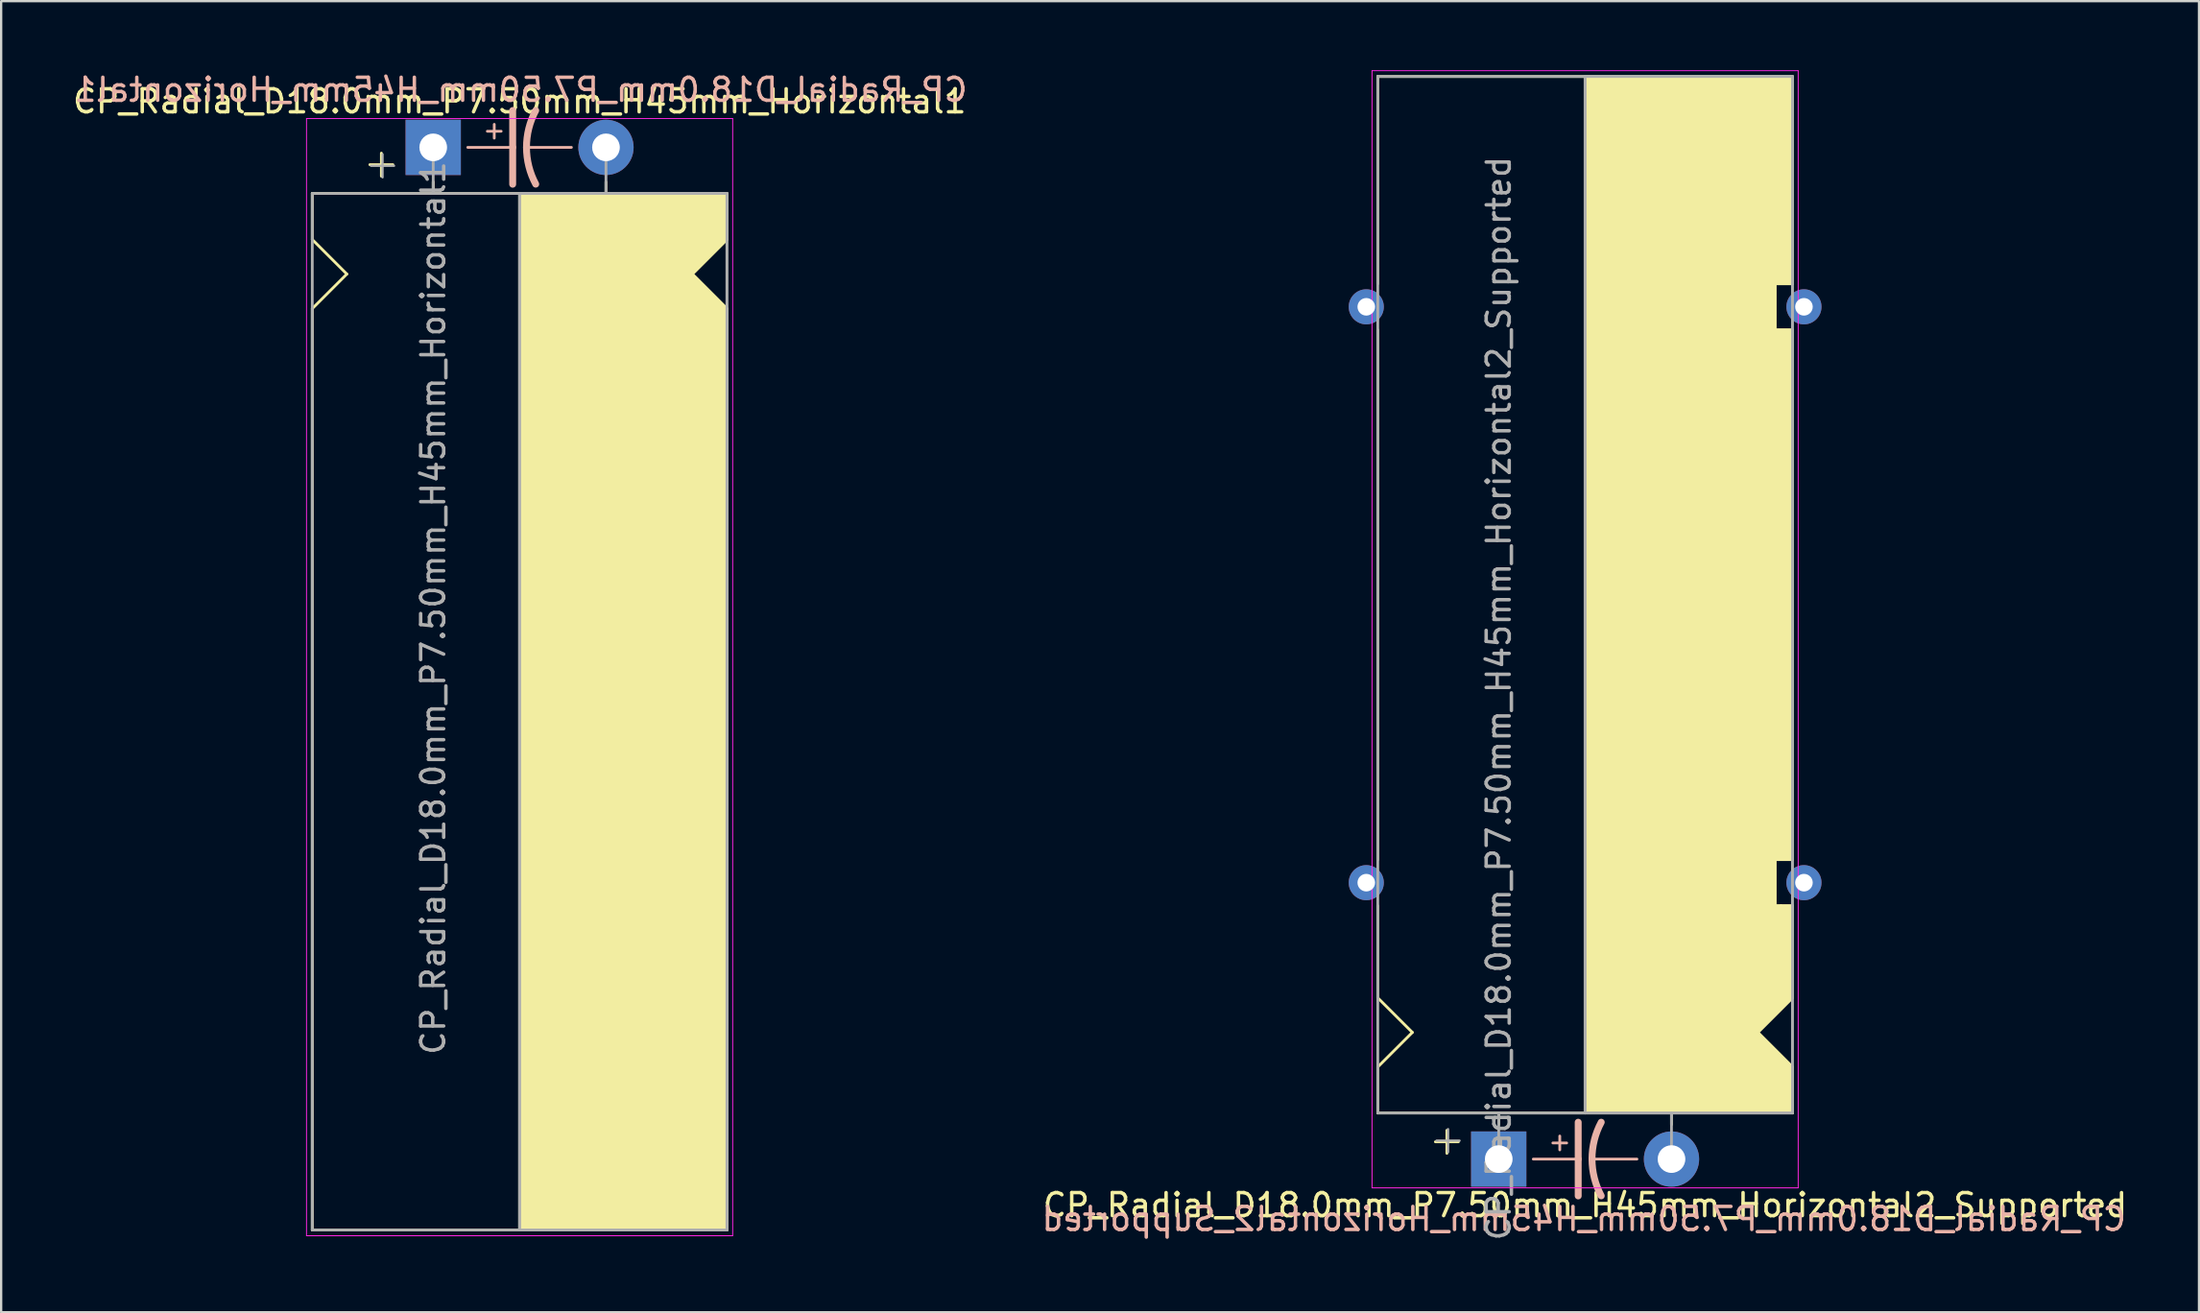
<source format=kicad_pcb>
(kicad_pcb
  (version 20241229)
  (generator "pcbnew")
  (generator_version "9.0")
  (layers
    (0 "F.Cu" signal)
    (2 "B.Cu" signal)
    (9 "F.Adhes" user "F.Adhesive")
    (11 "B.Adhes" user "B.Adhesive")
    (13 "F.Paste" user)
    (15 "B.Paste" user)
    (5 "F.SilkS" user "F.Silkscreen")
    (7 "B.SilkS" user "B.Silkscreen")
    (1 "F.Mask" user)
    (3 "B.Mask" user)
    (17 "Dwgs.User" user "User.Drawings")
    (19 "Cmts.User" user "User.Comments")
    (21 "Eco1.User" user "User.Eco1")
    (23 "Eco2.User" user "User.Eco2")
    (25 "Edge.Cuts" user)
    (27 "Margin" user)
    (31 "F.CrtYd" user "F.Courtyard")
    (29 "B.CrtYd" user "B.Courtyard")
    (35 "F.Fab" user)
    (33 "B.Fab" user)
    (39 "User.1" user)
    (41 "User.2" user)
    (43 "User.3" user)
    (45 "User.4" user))
  (footprint "CP_Radial_D18.0mm_P7.50mm_H45mm_Horizontal2_Supported"
    (layer "F.Cu")
    (at 62.011 47.27)
    (property "Reference" "CP_Radial_D18.0mm_P7.50mm_H45mm_Horizontal2_Supported" (at 3.75 2 0) (layer "F.SilkS") (effects (font (size 1 1) (thickness 0.15))))
    (fp_line (start -5.25 -47) (end 12.75 -47) (stroke (width 0.12) (type solid)) (layer "F.SilkS"))
    (fp_line (start -5.25 -38) (end -5.25 -47) (stroke (width 0.12) (type solid)) (layer "F.SilkS"))
    (fp_line (start -5.25 -13) (end -5.25 -36) (stroke (width 0.12) (type solid)) (layer "F.SilkS"))
    (fp_line (start -5.25 -11) (end -5.25 -7) (stroke (width 0.12) (type solid)) (layer "F.SilkS"))
    (fp_line (start -5.25 -7) (end -3.75 -5.5) (stroke (width 0.12) (type solid)) (layer "F.SilkS"))
    (fp_line (start -5.25 -4) (end -3.75 -5.5) (stroke (width 0.12) (type solid)) (layer "F.SilkS"))
    (fp_line (start -5.25 -2) (end -5.25 -4) (stroke (width 0.12) (type solid)) (layer "F.SilkS"))
    (fp_line (start -5.25 -2) (end 12.75 -2) (stroke (width 0.12) (type solid)) (layer "F.SilkS"))
    (fp_line (start -2.25 -1.25) (end -2.25 -0.25) (stroke (width 0.12) (type solid)) (layer "F.SilkS"))
    (fp_line (start -1.75 -0.75) (end -2.75 -0.75) (stroke (width 0.12) (type solid)) (layer "F.SilkS"))
    (fp_line (start 0 -1.5) (end 0 -2) (stroke (width 0.12) (type solid)) (layer "F.SilkS"))
    (fp_line (start 3.75 -2) (end 3.75 -47) (stroke (width 0.12) (type solid)) (layer "F.SilkS"))
    (fp_line (start 7.5 -1.5) (end 7.5 -2) (stroke (width 0.12) (type solid)) (layer "F.SilkS"))
    (fp_line (start 12 -38) (end 12.75 -38) (stroke (width 0.12) (type solid)) (layer "F.SilkS"))
    (fp_line (start 12 -36) (end 12 -38) (stroke (width 0.12) (type solid)) (layer "F.SilkS"))
    (fp_line (start 12 -13) (end 12.75 -13) (stroke (width 0.12) (type solid)) (layer "F.SilkS"))
    (fp_line (start 12 -11) (end 12 -13) (stroke (width 0.12) (type solid)) (layer "F.SilkS"))
    (fp_line (start 12.25 -11) (end 12 -11) (stroke (width 0.12) (type solid)) (layer "F.SilkS"))
    (fp_line (start 12.75 -38) (end 12.75 -47) (stroke (width 0.12) (type solid)) (layer "F.SilkS"))
    (fp_line (start 12.75 -36) (end 12 -36) (stroke (width 0.12) (type solid)) (layer "F.SilkS"))
    (fp_line (start 12.75 -13) (end 12.75 -36) (stroke (width 0.12) (type solid)) (layer "F.SilkS"))
    (fp_line (start 12.75 -11) (end 12.25 -11) (stroke (width 0.12) (type solid)) (layer "F.SilkS"))
    (fp_line (start 12.75 -11) (end 12.75 -7) (stroke (width 0.12) (type solid)) (layer "F.SilkS"))
    (fp_line (start 12.75 -7) (end 11.25 -5.5) (stroke (width 0.12) (type solid)) (layer "F.SilkS"))
    (fp_line (start 12.75 -4) (end 11.25 -5.5) (stroke (width 0.12) (type solid)) (layer "F.SilkS"))
    (fp_line (start 12.75 -2) (end 12.75 -4) (stroke (width 0.12) (type solid)) (layer "F.SilkS"))
    (fp_poly (pts (xy 12.75 -4) (xy 11.25 -5.5) (xy 12.75 -7) (xy 12.75 -11) (xy 12 -11) (xy 12 -13) (xy 12.75 -13) (xy 12.75 -36) (xy 12 -36) (xy 12 -38) (xy 12.75 -38) (xy 12.75 -47) (xy 3.75 -47) (xy 3.75 -2) (xy 12.75 -2)) (stroke (width 0.1) (type solid)) (fill yes) (layer "F.SilkS"))
    (fp_line (start 1.5 0) (end 3.45 0) (stroke (width 0.12) (type solid)) (layer "B.SilkS"))
    (fp_line (start 2.35 -0.7) (end 2.95 -0.7) (stroke (width 0.12) (type solid)) (layer "B.SilkS"))
    (fp_line (start 2.65 -0.4) (end 2.65 -1) (stroke (width 0.12) (type solid)) (layer "B.SilkS"))
    (fp_line (start 3.45 0) (end 3.45 -1.6) (stroke (width 0.3) (type solid)) (layer "B.SilkS"))
    (fp_line (start 3.45 0) (end 3.45 1.6) (stroke (width 0.3) (type solid)) (layer "B.SilkS"))
    (fp_line (start 6 0) (end 4.05 0) (stroke (width 0.12) (type solid)) (layer "B.SilkS"))
    (fp_arc (start 4.05 0) (mid 4.150512 -0.824872) (end 4.45 -1.6) (stroke (width 0.3) (type solid)) (layer "B.SilkS"))
    (fp_arc (start 4.45 1.596157) (mid 4.151652 0.822725) (end 4.05 0) (stroke (width 0.3) (type solid)) (layer "B.SilkS"))
    (fp_line (start -5.5 -47.25) (end 13 -47.25) (stroke (width 0.04) (type solid)) (layer "F.CrtYd"))
    (fp_line (start -5.5 1.25) (end -5.5 -47.25) (stroke (width 0.04) (type solid)) (layer "F.CrtYd"))
    (fp_line (start 13 -47.25) (end 13 1.25) (stroke (width 0.04) (type solid)) (layer "F.CrtYd"))
    (fp_line (start 13 1.25) (end -5.5 1.25) (stroke (width 0.04) (type solid)) (layer "F.CrtYd"))
    (fp_line (start -5.25 -47) (end 12.75 -47) (stroke (width 0.12) (type solid)) (layer "F.Fab"))
    (fp_line (start -5.25 -2) (end -5.25 -47) (stroke (width 0.12) (type solid)) (layer "F.Fab"))
    (fp_line (start -2.7 -0.8) (end -1.7 -0.8) (stroke (width 0.1) (type solid)) (layer "F.Fab"))
    (fp_line (start -2.2 -0.3) (end -2.2 -1.3) (stroke (width 0.1) (type solid)) (layer "F.Fab"))
    (fp_line (start 0 0) (end 0 -2) (stroke (width 0.12) (type solid)) (layer "F.Fab"))
    (fp_line (start 3.75 -2) (end 3.75 -47) (stroke (width 0.12) (type solid)) (layer "F.Fab"))
    (fp_line (start 7.5 0) (end 7.5 -2) (stroke (width 0.12) (type solid)) (layer "F.Fab"))
    (fp_line (start 12.75 -47) (end 12.75 -2) (stroke (width 0.12) (type solid)) (layer "F.Fab"))
    (fp_line (start 12.75 -2) (end -5.25 -2) (stroke (width 0.12) (type solid)) (layer "F.Fab"))
    (fp_poly (pts (xy 12.75 -47) (xy 3.75 -47) (xy 3.75 -2) (xy 12.75 -2)) (stroke (width 0.1) (type solid)) (fill no) (layer "F.Fab"))
    (fp_text user "${REFERENCE}" (at 3.7 2.6 0) (layer "B.SilkS") (effects (font (size 1 1) (thickness 0.15)) (justify mirror)))
    (fp_text user "${REFERENCE}" (at 0 -20 90) (layer "F.Fab") (effects (font (size 1 1) (thickness 0.15))))
    (pad "1" thru_hole rect (at 0 0) (size 2.4 2.4) (drill 1.2) (layers "*.Cu" "*.Mask"))
    (pad "2" thru_hole circle (at 7.5 0) (size 2.4 2.4) (drill 1.2) (layers "*.Cu" "*.Mask"))
    (pad "~" thru_hole circle (at -5.75 -37 180) (size 1.524 1.524) (drill 0.762) (layers "*.Cu" "*.Mask"))
    (pad "~" thru_hole circle (at -5.75 -12 180) (size 1.524 1.524) (drill 0.762) (layers "*.Cu" "*.Mask"))
    (pad "~" thru_hole circle (at 13.25 -37 180) (size 1.524 1.524) (drill 0.762) (layers "*.Cu" "*.Mask"))
    (pad "~" thru_hole circle (at 13.25 -12 180) (size 1.524 1.524) (drill 0.762) (layers "*.Cu" "*.Mask")))
  (footprint "CP_Radial_D18.0mm_P7.50mm_H45mm_Horizontal1"
    (layer "F.Cu")
    (at 15.756 3.348)
    (property "Reference" "CP_Radial_D18.0mm_P7.50mm_H45mm_Horizontal1" (at 3.75 -2 0) (layer "F.SilkS") (effects (font (size 1 1) (thickness 0.15))))
    (fp_line (start -5.25 2) (end -5.25 4) (stroke (width 0.12) (type solid)) (layer "F.SilkS"))
    (fp_line (start -5.25 2) (end 12.75 2) (stroke (width 0.12) (type solid)) (layer "F.SilkS"))
    (fp_line (start -5.25 4) (end -3.75 5.5) (stroke (width 0.12) (type solid)) (layer "F.SilkS"))
    (fp_line (start -5.25 7) (end -5.25 47) (stroke (width 0.12) (type solid)) (layer "F.SilkS"))
    (fp_line (start -5.25 7) (end -3.75 5.5) (stroke (width 0.12) (type solid)) (layer "F.SilkS"))
    (fp_line (start -5.25 47) (end 12.75 47) (stroke (width 0.12) (type solid)) (layer "F.SilkS"))
    (fp_line (start -2.25 0.25) (end -2.25 1.25) (stroke (width 0.12) (type solid)) (layer "F.SilkS"))
    (fp_line (start -1.75 0.75) (end -2.75 0.75) (stroke (width 0.12) (type solid)) (layer "F.SilkS"))
    (fp_line (start 0 1.5) (end 0 2) (stroke (width 0.12) (type solid)) (layer "F.SilkS"))
    (fp_line (start 3.75 2) (end 3.75 47) (stroke (width 0.12) (type solid)) (layer "F.SilkS"))
    (fp_line (start 7.5 1.5) (end 7.5 2) (stroke (width 0.12) (type solid)) (layer "F.SilkS"))
    (fp_line (start 12.75 2) (end 12.75 4) (stroke (width 0.12) (type solid)) (layer "F.SilkS"))
    (fp_line (start 12.75 4) (end 11.25 5.5) (stroke (width 0.12) (type solid)) (layer "F.SilkS"))
    (fp_line (start 12.75 7) (end 11.25 5.5) (stroke (width 0.12) (type solid)) (layer "F.SilkS"))
    (fp_line (start 12.75 47) (end 12.75 7) (stroke (width 0.12) (type solid)) (layer "F.SilkS"))
    (fp_poly (pts (xy 12.75 4) (xy 11.25 5.5) (xy 12.75 7) (xy 12.75 47) (xy 3.75 47) (xy 3.75 2) (xy 12.75 2)) (stroke (width 0.1) (type solid)) (fill yes) (layer "F.SilkS"))
    (fp_line (start 1.5 0) (end 3.45 0) (stroke (width 0.12) (type solid)) (layer "B.SilkS"))
    (fp_line (start 2.35 -0.7) (end 2.95 -0.7) (stroke (width 0.12) (type solid)) (layer "B.SilkS"))
    (fp_line (start 2.65 -0.4) (end 2.65 -1) (stroke (width 0.12) (type solid)) (layer "B.SilkS"))
    (fp_line (start 3.45 0) (end 3.45 -1.6) (stroke (width 0.3) (type solid)) (layer "B.SilkS"))
    (fp_line (start 3.45 0) (end 3.45 1.6) (stroke (width 0.3) (type solid)) (layer "B.SilkS"))
    (fp_line (start 6 0) (end 4.05 0) (stroke (width 0.12) (type solid)) (layer "B.SilkS"))
    (fp_arc (start 4.05 0) (mid 4.150512 -0.824872) (end 4.45 -1.6) (stroke (width 0.3) (type solid)) (layer "B.SilkS"))
    (fp_arc (start 4.45 1.596157) (mid 4.151652 0.822725) (end 4.05 0) (stroke (width 0.3) (type solid)) (layer "B.SilkS"))
    (fp_line (start -5.5 -1.25) (end -5.5 47.25) (stroke (width 0.04) (type solid)) (layer "F.CrtYd"))
    (fp_line (start -5.5 47.25) (end 13 47.25) (stroke (width 0.04) (type solid)) (layer "F.CrtYd"))
    (fp_line (start 13 -1.25) (end -5.5 -1.25) (stroke (width 0.04) (type solid)) (layer "F.CrtYd"))
    (fp_line (start 13 47.25) (end 13 -1.25) (stroke (width 0.04) (type solid)) (layer "F.CrtYd"))
    (fp_line (start -5.25 2) (end -5.25 47) (stroke (width 0.12) (type solid)) (layer "F.Fab"))
    (fp_line (start -5.25 47) (end 12.75 47) (stroke (width 0.12) (type solid)) (layer "F.Fab"))
    (fp_line (start -2.7 0.8) (end -1.7 0.8) (stroke (width 0.1) (type solid)) (layer "F.Fab"))
    (fp_line (start -2.2 1.3) (end -2.2 0.3) (stroke (width 0.1) (type solid)) (layer "F.Fab"))
    (fp_line (start 0 0) (end 0 2) (stroke (width 0.12) (type solid)) (layer "F.Fab"))
    (fp_line (start 3.75 2) (end 3.75 47) (stroke (width 0.12) (type solid)) (layer "F.Fab"))
    (fp_line (start 7.5 0) (end 7.5 2) (stroke (width 0.12) (type solid)) (layer "F.Fab"))
    (fp_line (start 12.75 2) (end -5.25 2) (stroke (width 0.12) (type solid)) (layer "F.Fab"))
    (fp_line (start 12.75 47) (end 12.75 2) (stroke (width 0.12) (type solid)) (layer "F.Fab"))
    (fp_poly (pts (xy 12.75 47) (xy 3.75 47) (xy 3.75 2) (xy 12.75 2)) (stroke (width 0.1) (type solid)) (fill no) (layer "F.Fab"))
    (fp_text user "${REFERENCE}" (at 3.8 -2.5 0) (layer "B.SilkS") (effects (font (size 1 1) (thickness 0.15)) (justify mirror)))
    (fp_text user "${REFERENCE}" (at 0 20 90) (layer "F.Fab") (effects (font (size 1 1) (thickness 0.15))))
    (pad "1" thru_hole rect (at 0 0) (size 2.4 2.4) (drill 1.2) (layers "*.Cu" "*.Mask"))
    (pad "2" thru_hole circle (at 7.5 0) (size 2.4 2.4) (drill 1.2) (layers "*.Cu" "*.Mask")))
  (gr_rect
    (start -3 -3)
    (end 92.41 53.919)
    (stroke (width 0.1) (type default))
    (fill no)
    (layer "Edge.Cuts")))
</source>
